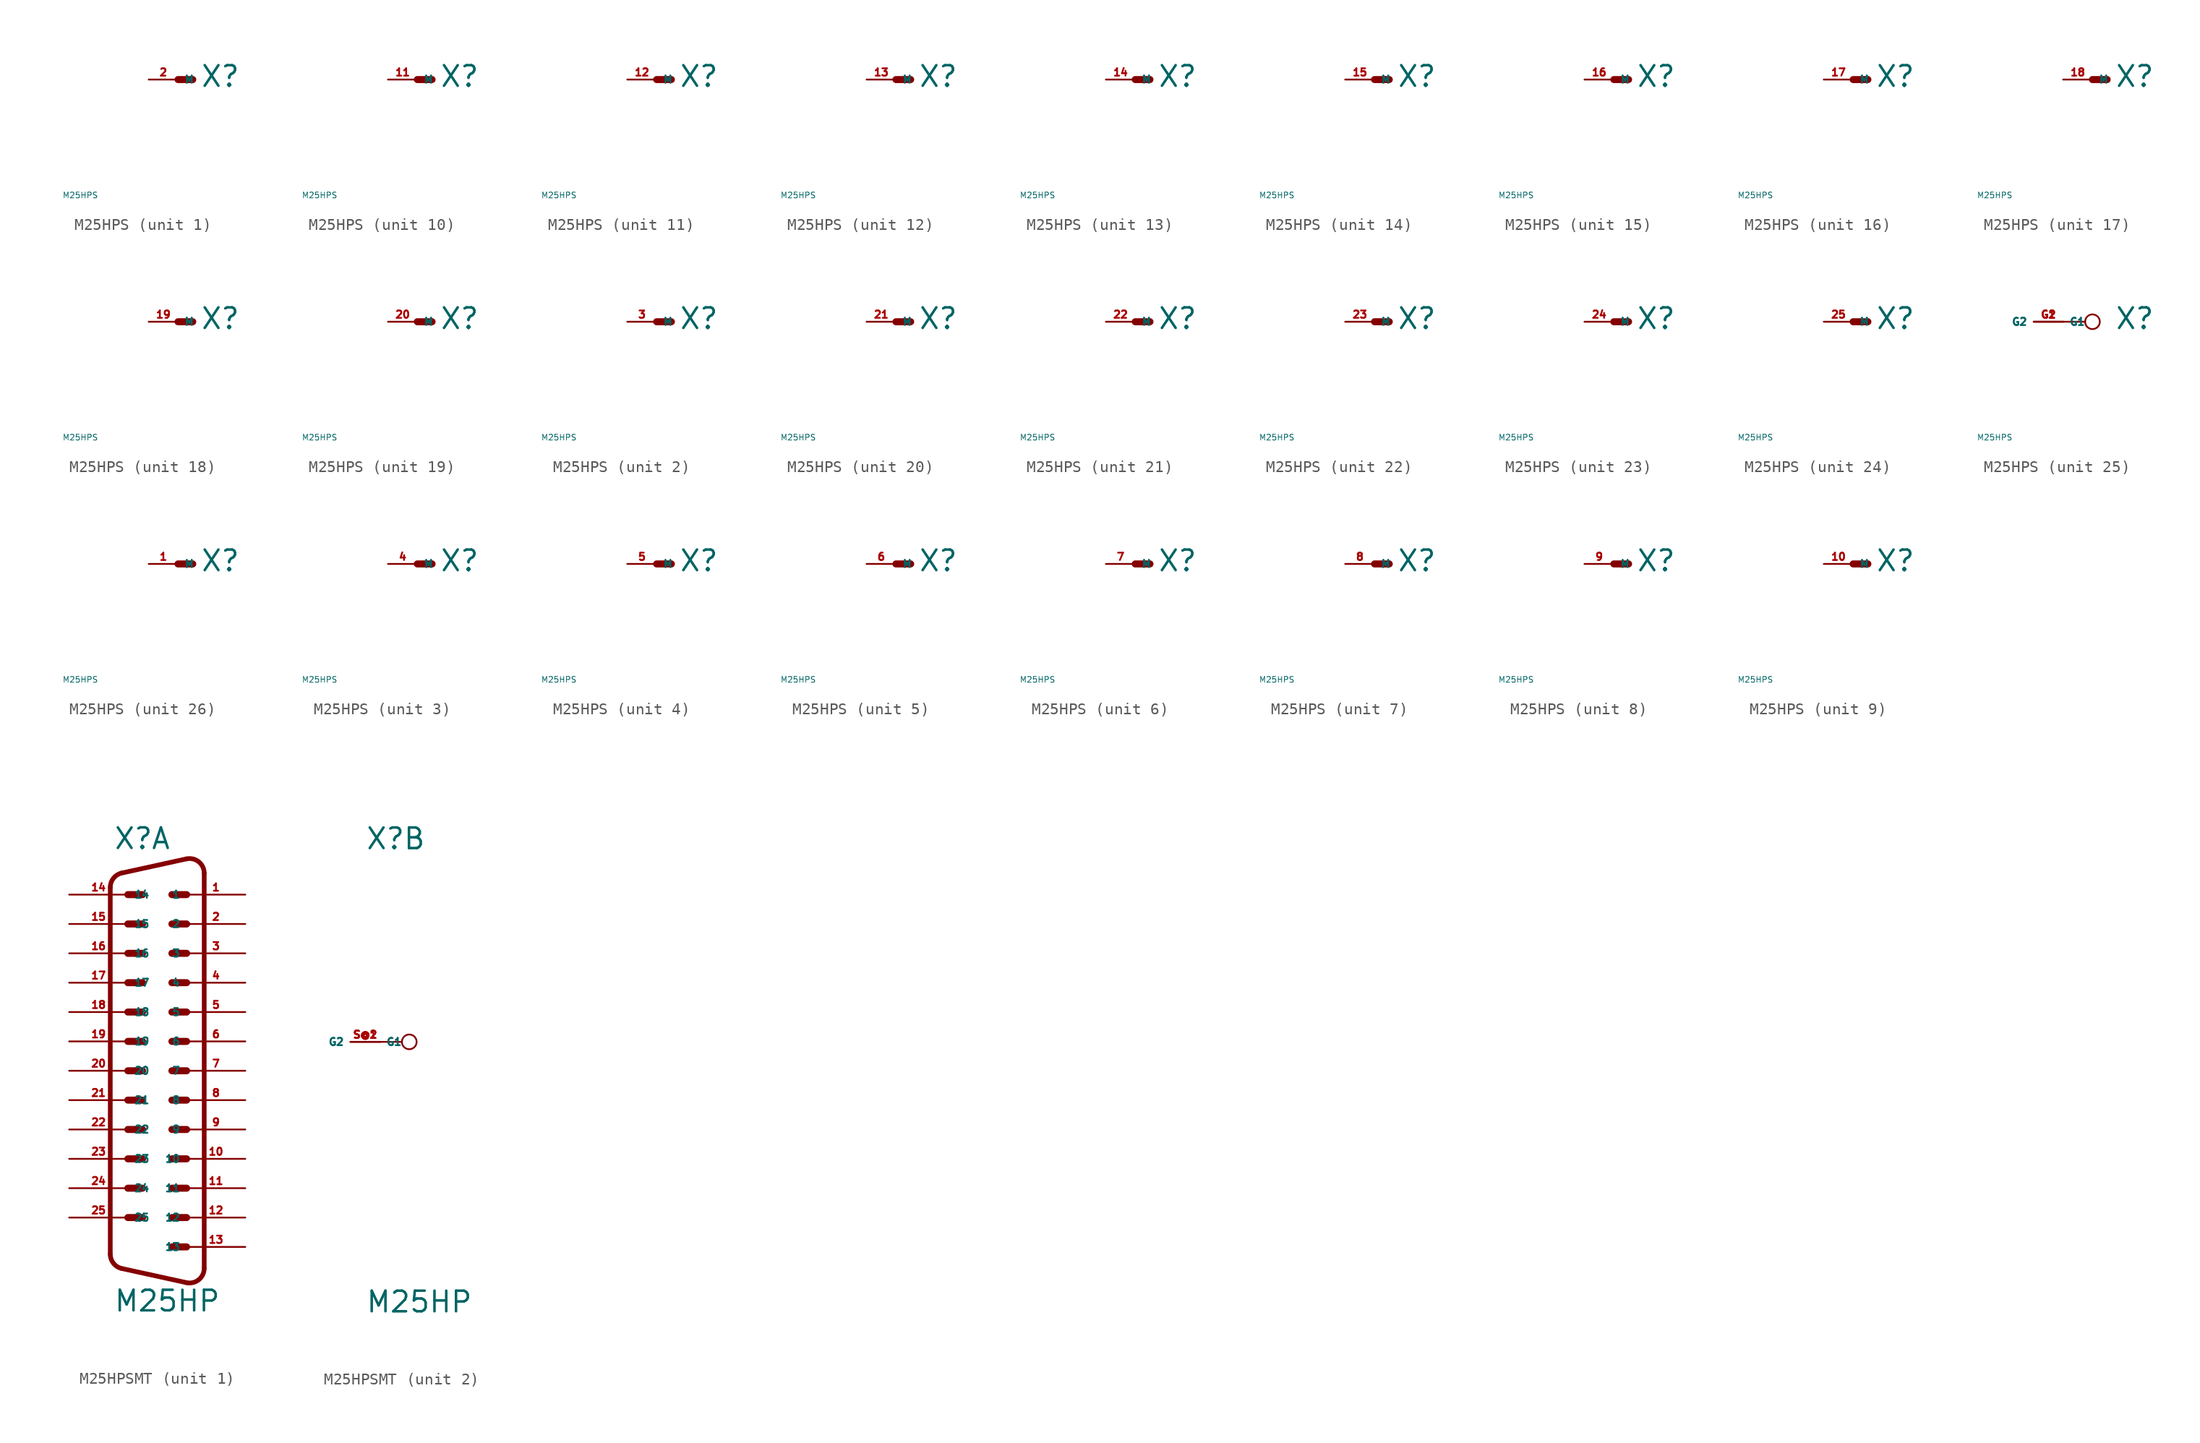
<source format=kicad_sym>
(kicad_symbol_lib
  (version 20220914)
  (generator Eagle2Kicad)
  (symbol "M25HPS"
    (property "Reference" "X"
      (at 1.905 -0.762 0)
      (effects (font (size 1.778 1.778) (thickness 0.22)) (justify left bottom)))
    (property "Value" "M25HPS"
      (at -10 -10 0)
      (effects (font (size 0.5 0.5) (thickness 0.06)) (justify left)))
    (symbol "M25HPS_1_0"
      (polyline (pts (xy 0 0) (xy 1.27 0)) (stroke (width 0.61) (type default)) (fill (type none)))
      (pin passive line (at -2.54 0 0) (length 2.54) (name "M" (effects (font (size 0.635 0.635) (thickness 0.08)) (justify left bottom))) (number "2" (effects (font (size 0.635 0.635) (thickness 0.08)) (justify left bottom)))))
    (symbol "M25HPS_2_0"
      (polyline (pts (xy 0 0) (xy 1.27 0)) (stroke (width 0.61) (type default)) (fill (type none)))
      (pin passive line (at -2.54 0 0) (length 2.54) (name "M" (effects (font (size 0.635 0.635) (thickness 0.08)) (justify left bottom))) (number "3" (effects (font (size 0.635 0.635) (thickness 0.08)) (justify left bottom)))))
    (symbol "M25HPS_3_0"
      (polyline (pts (xy 0 0) (xy 1.27 0)) (stroke (width 0.61) (type default)) (fill (type none)))
      (pin passive line (at -2.54 0 0) (length 2.54) (name "M" (effects (font (size 0.635 0.635) (thickness 0.08)) (justify left bottom))) (number "4" (effects (font (size 0.635 0.635) (thickness 0.08)) (justify left bottom)))))
    (symbol "M25HPS_4_0"
      (polyline (pts (xy 0 0) (xy 1.27 0)) (stroke (width 0.61) (type default)) (fill (type none)))
      (pin passive line (at -2.54 0 0) (length 2.54) (name "M" (effects (font (size 0.635 0.635) (thickness 0.08)) (justify left bottom))) (number "5" (effects (font (size 0.635 0.635) (thickness 0.08)) (justify left bottom)))))
    (symbol "M25HPS_5_0"
      (polyline (pts (xy 0 0) (xy 1.27 0)) (stroke (width 0.61) (type default)) (fill (type none)))
      (pin passive line (at -2.54 0 0) (length 2.54) (name "M" (effects (font (size 0.635 0.635) (thickness 0.08)) (justify left bottom))) (number "6" (effects (font (size 0.635 0.635) (thickness 0.08)) (justify left bottom)))))
    (symbol "M25HPS_6_0"
      (polyline (pts (xy 0 0) (xy 1.27 0)) (stroke (width 0.61) (type default)) (fill (type none)))
      (pin passive line (at -2.54 0 0) (length 2.54) (name "M" (effects (font (size 0.635 0.635) (thickness 0.08)) (justify left bottom))) (number "7" (effects (font (size 0.635 0.635) (thickness 0.08)) (justify left bottom)))))
    (symbol "M25HPS_7_0"
      (polyline (pts (xy 0 0) (xy 1.27 0)) (stroke (width 0.61) (type default)) (fill (type none)))
      (pin passive line (at -2.54 0 0) (length 2.54) (name "M" (effects (font (size 0.635 0.635) (thickness 0.08)) (justify left bottom))) (number "8" (effects (font (size 0.635 0.635) (thickness 0.08)) (justify left bottom)))))
    (symbol "M25HPS_8_0"
      (polyline (pts (xy 0 0) (xy 1.27 0)) (stroke (width 0.61) (type default)) (fill (type none)))
      (pin passive line (at -2.54 0 0) (length 2.54) (name "M" (effects (font (size 0.635 0.635) (thickness 0.08)) (justify left bottom))) (number "9" (effects (font (size 0.635 0.635) (thickness 0.08)) (justify left bottom)))))
    (symbol "M25HPS_9_0"
      (polyline (pts (xy 0 0) (xy 1.27 0)) (stroke (width 0.61) (type default)) (fill (type none)))
      (pin passive line (at -2.54 0 0) (length 2.54) (name "M" (effects (font (size 0.635 0.635) (thickness 0.08)) (justify left bottom))) (number "10" (effects (font (size 0.635 0.635) (thickness 0.08)) (justify left bottom)))))
    (symbol "M25HPS_10_0"
      (polyline (pts (xy 0 0) (xy 1.27 0)) (stroke (width 0.61) (type default)) (fill (type none)))
      (pin passive line (at -2.54 0 0) (length 2.54) (name "M" (effects (font (size 0.635 0.635) (thickness 0.08)) (justify left bottom))) (number "11" (effects (font (size 0.635 0.635) (thickness 0.08)) (justify left bottom)))))
    (symbol "M25HPS_11_0"
      (polyline (pts (xy 0 0) (xy 1.27 0)) (stroke (width 0.61) (type default)) (fill (type none)))
      (pin passive line (at -2.54 0 0) (length 2.54) (name "M" (effects (font (size 0.635 0.635) (thickness 0.08)) (justify left bottom))) (number "12" (effects (font (size 0.635 0.635) (thickness 0.08)) (justify left bottom)))))
    (symbol "M25HPS_12_0"
      (polyline (pts (xy 0 0) (xy 1.27 0)) (stroke (width 0.61) (type default)) (fill (type none)))
      (pin passive line (at -2.54 0 0) (length 2.54) (name "M" (effects (font (size 0.635 0.635) (thickness 0.08)) (justify left bottom))) (number "13" (effects (font (size 0.635 0.635) (thickness 0.08)) (justify left bottom)))))
    (symbol "M25HPS_13_0"
      (polyline (pts (xy 0 0) (xy 1.27 0)) (stroke (width 0.61) (type default)) (fill (type none)))
      (pin passive line (at -2.54 0 0) (length 2.54) (name "M" (effects (font (size 0.635 0.635) (thickness 0.08)) (justify left bottom))) (number "14" (effects (font (size 0.635 0.635) (thickness 0.08)) (justify left bottom)))))
    (symbol "M25HPS_14_0"
      (polyline (pts (xy 0 0) (xy 1.27 0)) (stroke (width 0.61) (type default)) (fill (type none)))
      (pin passive line (at -2.54 0 0) (length 2.54) (name "M" (effects (font (size 0.635 0.635) (thickness 0.08)) (justify left bottom))) (number "15" (effects (font (size 0.635 0.635) (thickness 0.08)) (justify left bottom)))))
    (symbol "M25HPS_15_0"
      (polyline (pts (xy 0 0) (xy 1.27 0)) (stroke (width 0.61) (type default)) (fill (type none)))
      (pin passive line (at -2.54 0 0) (length 2.54) (name "M" (effects (font (size 0.635 0.635) (thickness 0.08)) (justify left bottom))) (number "16" (effects (font (size 0.635 0.635) (thickness 0.08)) (justify left bottom)))))
    (symbol "M25HPS_16_0"
      (polyline (pts (xy 0 0) (xy 1.27 0)) (stroke (width 0.61) (type default)) (fill (type none)))
      (pin passive line (at -2.54 0 0) (length 2.54) (name "M" (effects (font (size 0.635 0.635) (thickness 0.08)) (justify left bottom))) (number "17" (effects (font (size 0.635 0.635) (thickness 0.08)) (justify left bottom)))))
    (symbol "M25HPS_17_0"
      (polyline (pts (xy 0 0) (xy 1.27 0)) (stroke (width 0.61) (type default)) (fill (type none)))
      (pin passive line (at -2.54 0 0) (length 2.54) (name "M" (effects (font (size 0.635 0.635) (thickness 0.08)) (justify left bottom))) (number "18" (effects (font (size 0.635 0.635) (thickness 0.08)) (justify left bottom)))))
    (symbol "M25HPS_18_0"
      (polyline (pts (xy 0 0) (xy 1.27 0)) (stroke (width 0.61) (type default)) (fill (type none)))
      (pin passive line (at -2.54 0 0) (length 2.54) (name "M" (effects (font (size 0.635 0.635) (thickness 0.08)) (justify left bottom))) (number "19" (effects (font (size 0.635 0.635) (thickness 0.08)) (justify left bottom)))))
    (symbol "M25HPS_19_0"
      (polyline (pts (xy 0 0) (xy 1.27 0)) (stroke (width 0.61) (type default)) (fill (type none)))
      (pin passive line (at -2.54 0 0) (length 2.54) (name "M" (effects (font (size 0.635 0.635) (thickness 0.08)) (justify left bottom))) (number "20" (effects (font (size 0.635 0.635) (thickness 0.08)) (justify left bottom)))))
    (symbol "M25HPS_20_0"
      (polyline (pts (xy 0 0) (xy 1.27 0)) (stroke (width 0.61) (type default)) (fill (type none)))
      (pin passive line (at -2.54 0 0) (length 2.54) (name "M" (effects (font (size 0.635 0.635) (thickness 0.08)) (justify left bottom))) (number "21" (effects (font (size 0.635 0.635) (thickness 0.08)) (justify left bottom)))))
    (symbol "M25HPS_21_0"
      (polyline (pts (xy 0 0) (xy 1.27 0)) (stroke (width 0.61) (type default)) (fill (type none)))
      (pin passive line (at -2.54 0 0) (length 2.54) (name "M" (effects (font (size 0.635 0.635) (thickness 0.08)) (justify left bottom))) (number "22" (effects (font (size 0.635 0.635) (thickness 0.08)) (justify left bottom)))))
    (symbol "M25HPS_22_0"
      (polyline (pts (xy 0 0) (xy 1.27 0)) (stroke (width 0.61) (type default)) (fill (type none)))
      (pin passive line (at -2.54 0 0) (length 2.54) (name "M" (effects (font (size 0.635 0.635) (thickness 0.08)) (justify left bottom))) (number "23" (effects (font (size 0.635 0.635) (thickness 0.08)) (justify left bottom)))))
    (symbol "M25HPS_23_0"
      (polyline (pts (xy 0 0) (xy 1.27 0)) (stroke (width 0.61) (type default)) (fill (type none)))
      (pin passive line (at -2.54 0 0) (length 2.54) (name "M" (effects (font (size 0.635 0.635) (thickness 0.08)) (justify left bottom))) (number "24" (effects (font (size 0.635 0.635) (thickness 0.08)) (justify left bottom)))))
    (symbol "M25HPS_24_0"
      (polyline (pts (xy 0 0) (xy 1.27 0)) (stroke (width 0.61) (type default)) (fill (type none)))
      (pin passive line (at -2.54 0 0) (length 2.54) (name "M" (effects (font (size 0.635 0.635) (thickness 0.08)) (justify left bottom))) (number "25" (effects (font (size 0.635 0.635) (thickness 0.08)) (justify left bottom)))))
    (symbol "M25HPS_25_0"
      (polyline (pts (xy -2.54 0) (xy -0.635 0)) (stroke (width 0.152) (type default)) (fill (type none)))
      (circle (center 0 0) (radius 0.635) (stroke (width 0.152) (type default)) (fill (type none)))
      (pin passive line (at -5.08 0 0) (length 2.54) (name "G1" (effects (font (size 0.635 0.635) (thickness 0.08)) (justify left bottom))) (number "G1" (effects (font (size 0.635 0.635) (thickness 0.08)) (justify left bottom))))
      (pin passive line (at -2.54 0 180) (length 2.54) (name "G2" (effects (font (size 0.635 0.635) (thickness 0.08)) (justify left bottom))) (number "G2" (effects (font (size 0.635 0.635) (thickness 0.08)) (justify left bottom)))))
    (symbol "M25HPS_26_0"
      (polyline (pts (xy 0 0) (xy 1.27 0)) (stroke (width 0.61) (type default)) (fill (type none)))
      (pin passive line (at -2.54 0 0) (length 2.54) (name "M" (effects (font (size 0.635 0.635) (thickness 0.08)) (justify left bottom))) (number "1" (effects (font (size 0.635 0.635) (thickness 0.08)) (justify left bottom))))))
  (symbol "M25HPSMT"
    (property "Reference" "X"
      (at -3.81 16.51 0)
      (effects (font (size 1.778 1.778) (thickness 0.22)) (justify left bottom)))
    (property "Value" "M25HP"
      (at -3.81 -23.495 0)
      (effects (font (size 1.778 1.778) (thickness 0.22)) (justify left bottom)))
    (symbol "M25HPSMT_1_0"
      (polyline (pts (xy 1.27 12.7) (xy 2.54 12.7)) (stroke (width 0.61) (type default)) (fill (type none)))
      (polyline (pts (xy -2.54 12.7) (xy -1.27 12.7)) (stroke (width 0.61) (type default)) (fill (type none)))
      (polyline (pts (xy 1.27 7.62) (xy 2.54 7.62)) (stroke (width 0.61) (type default)) (fill (type none)))
      (polyline (pts (xy -2.54 10.16) (xy -1.27 10.16)) (stroke (width 0.61) (type default)) (fill (type none)))
      (polyline (pts (xy 1.27 2.54) (xy 2.54 2.54)) (stroke (width 0.61) (type default)) (fill (type none)))
      (polyline (pts (xy -2.54 7.62) (xy -1.27 7.62)) (stroke (width 0.61) (type default)) (fill (type none)))
      (polyline (pts (xy 1.27 -2.54) (xy 2.54 -2.54)) (stroke (width 0.61) (type default)) (fill (type none)))
      (polyline (pts (xy -2.54 5.08) (xy -1.27 5.08)) (stroke (width 0.61) (type default)) (fill (type none)))
      (polyline (pts (xy 1.27 -7.62) (xy 2.54 -7.62)) (stroke (width 0.61) (type default)) (fill (type none)))
      (polyline (pts (xy -2.54 2.54) (xy -1.27 2.54)) (stroke (width 0.61) (type default)) (fill (type none)))
      (polyline (pts (xy 1.27 -12.7) (xy 2.54 -12.7)) (stroke (width 0.61) (type default)) (fill (type none)))
      (polyline (pts (xy -2.54 0) (xy -1.27 0)) (stroke (width 0.61) (type default)) (fill (type none)))
      (polyline (pts (xy 1.27 -17.78) (xy 2.54 -17.78)) (stroke (width 0.61) (type default)) (fill (type none)))
      (polyline (pts (xy -2.54 -2.54) (xy -1.27 -2.54)) (stroke (width 0.61) (type default)) (fill (type none)))
      (polyline (pts (xy 1.27 10.16) (xy 2.54 10.16)) (stroke (width 0.61) (type default)) (fill (type none)))
      (polyline (pts (xy -2.54 -5.08) (xy -1.27 -5.08)) (stroke (width 0.61) (type default)) (fill (type none)))
      (polyline (pts (xy 1.27 5.08) (xy 2.54 5.08)) (stroke (width 0.61) (type default)) (fill (type none)))
      (polyline (pts (xy -2.54 -7.62) (xy -1.27 -7.62)) (stroke (width 0.61) (type default)) (fill (type none)))
      (polyline (pts (xy 1.27 0) (xy 2.54 0)) (stroke (width 0.61) (type default)) (fill (type none)))
      (polyline (pts (xy -2.54 -10.16) (xy -1.27 -10.16)) (stroke (width 0.61) (type default)) (fill (type none)))
      (polyline (pts (xy 1.27 -5.08) (xy 2.54 -5.08)) (stroke (width 0.61) (type default)) (fill (type none)))
      (polyline (pts (xy -2.54 -12.7) (xy -1.27 -12.7)) (stroke (width 0.61) (type default)) (fill (type none)))
      (polyline (pts (xy 1.27 -10.16) (xy 2.54 -10.16)) (stroke (width 0.61) (type default)) (fill (type none)))
      (polyline (pts (xy -2.54 -15.24) (xy -1.27 -15.24)) (stroke (width 0.61) (type default)) (fill (type none)))
      (polyline (pts (xy 1.27 -15.24) (xy 2.54 -15.24)) (stroke (width 0.61) (type default)) (fill (type none)))
      (arc (start 2.5226 -20.8718) (mid 3.590 -20.620) (end 4.0637 -19.6312) (stroke (width 0.4064) (type default)) (fill (type none)))
      (polyline (pts (xy 2.523 -20.872) (xy -3.065 -19.649)) (stroke (width 0.406) (type default)) (fill (type none)))
      (arc (start -4.064 -18.4088) (mid -3.783 -19.205) (end -3.0654 -19.6494) (stroke (width 0.4064) (type default)) (fill (type none)))
      (polyline (pts (xy -4.064 13.329) (xy -4.064 -18.409)) (stroke (width 0.406) (type default)) (fill (type none)))
      (arc (start -3.0654 14.5694) (mid -3.783 14.125) (end -4.064 13.3288) (stroke (width 0.4064) (type default)) (fill (type none)))
      (polyline (pts (xy 4.064 14.551) (xy 4.064 -19.631)) (stroke (width 0.406) (type default)) (fill (type none)))
      (polyline (pts (xy 2.523 15.792) (xy -3.065 14.569)) (stroke (width 0.406) (type default)) (fill (type none)))
      (arc (start 4.064 14.5512) (mid 3.590 15.541) (end 2.5226 15.7919) (stroke (width 0.4064) (type default)) (fill (type none)))
      (pin passive line (at 7.62 12.7 180) (length 5.08) (name "1" (effects (font (size 0.635 0.635) (thickness 0.08)) (justify left bottom))) (number "1" (effects (font (size 0.635 0.635) (thickness 0.08)) (justify left bottom))))
      (pin passive line (at -7.62 12.7 0) (length 5.08) (name "14" (effects (font (size 0.635 0.635) (thickness 0.08)) (justify left bottom))) (number "14" (effects (font (size 0.635 0.635) (thickness 0.08)) (justify left bottom))))
      (pin passive line (at 7.62 10.16 180) (length 5.08) (name "2" (effects (font (size 0.635 0.635) (thickness 0.08)) (justify left bottom))) (number "2" (effects (font (size 0.635 0.635) (thickness 0.08)) (justify left bottom))))
      (pin passive line (at -7.62 10.16 0) (length 5.08) (name "15" (effects (font (size 0.635 0.635) (thickness 0.08)) (justify left bottom))) (number "15" (effects (font (size 0.635 0.635) (thickness 0.08)) (justify left bottom))))
      (pin passive line (at 7.62 7.62 180) (length 5.08) (name "3" (effects (font (size 0.635 0.635) (thickness 0.08)) (justify left bottom))) (number "3" (effects (font (size 0.635 0.635) (thickness 0.08)) (justify left bottom))))
      (pin passive line (at -7.62 7.62 0) (length 5.08) (name "16" (effects (font (size 0.635 0.635) (thickness 0.08)) (justify left bottom))) (number "16" (effects (font (size 0.635 0.635) (thickness 0.08)) (justify left bottom))))
      (pin passive line (at 7.62 5.08 180) (length 5.08) (name "4" (effects (font (size 0.635 0.635) (thickness 0.08)) (justify left bottom))) (number "4" (effects (font (size 0.635 0.635) (thickness 0.08)) (justify left bottom))))
      (pin passive line (at -7.62 5.08 0) (length 5.08) (name "17" (effects (font (size 0.635 0.635) (thickness 0.08)) (justify left bottom))) (number "17" (effects (font (size 0.635 0.635) (thickness 0.08)) (justify left bottom))))
      (pin passive line (at 7.62 2.54 180) (length 5.08) (name "5" (effects (font (size 0.635 0.635) (thickness 0.08)) (justify left bottom))) (number "5" (effects (font (size 0.635 0.635) (thickness 0.08)) (justify left bottom))))
      (pin passive line (at -7.62 2.54 0) (length 5.08) (name "18" (effects (font (size 0.635 0.635) (thickness 0.08)) (justify left bottom))) (number "18" (effects (font (size 0.635 0.635) (thickness 0.08)) (justify left bottom))))
      (pin passive line (at 7.62 0 180) (length 5.08) (name "6" (effects (font (size 0.635 0.635) (thickness 0.08)) (justify left bottom))) (number "6" (effects (font (size 0.635 0.635) (thickness 0.08)) (justify left bottom))))
      (pin passive line (at -7.62 0 0) (length 5.08) (name "19" (effects (font (size 0.635 0.635) (thickness 0.08)) (justify left bottom))) (number "19" (effects (font (size 0.635 0.635) (thickness 0.08)) (justify left bottom))))
      (pin passive line (at 7.62 -2.54 180) (length 5.08) (name "7" (effects (font (size 0.635 0.635) (thickness 0.08)) (justify left bottom))) (number "7" (effects (font (size 0.635 0.635) (thickness 0.08)) (justify left bottom))))
      (pin passive line (at -7.62 -2.54 0) (length 5.08) (name "20" (effects (font (size 0.635 0.635) (thickness 0.08)) (justify left bottom))) (number "20" (effects (font (size 0.635 0.635) (thickness 0.08)) (justify left bottom))))
      (pin passive line (at 7.62 -5.08 180) (length 5.08) (name "8" (effects (font (size 0.635 0.635) (thickness 0.08)) (justify left bottom))) (number "8" (effects (font (size 0.635 0.635) (thickness 0.08)) (justify left bottom))))
      (pin passive line (at -7.62 -5.08 0) (length 5.08) (name "21" (effects (font (size 0.635 0.635) (thickness 0.08)) (justify left bottom))) (number "21" (effects (font (size 0.635 0.635) (thickness 0.08)) (justify left bottom))))
      (pin passive line (at 7.62 -7.62 180) (length 5.08) (name "9" (effects (font (size 0.635 0.635) (thickness 0.08)) (justify left bottom))) (number "9" (effects (font (size 0.635 0.635) (thickness 0.08)) (justify left bottom))))
      (pin passive line (at -7.62 -7.62 0) (length 5.08) (name "22" (effects (font (size 0.635 0.635) (thickness 0.08)) (justify left bottom))) (number "22" (effects (font (size 0.635 0.635) (thickness 0.08)) (justify left bottom))))
      (pin passive line (at 7.62 -10.16 180) (length 5.08) (name "10" (effects (font (size 0.635 0.635) (thickness 0.08)) (justify left bottom))) (number "10" (effects (font (size 0.635 0.635) (thickness 0.08)) (justify left bottom))))
      (pin passive line (at -7.62 -10.16 0) (length 5.08) (name "23" (effects (font (size 0.635 0.635) (thickness 0.08)) (justify left bottom))) (number "23" (effects (font (size 0.635 0.635) (thickness 0.08)) (justify left bottom))))
      (pin passive line (at 7.62 -12.7 180) (length 5.08) (name "11" (effects (font (size 0.635 0.635) (thickness 0.08)) (justify left bottom))) (number "11" (effects (font (size 0.635 0.635) (thickness 0.08)) (justify left bottom))))
      (pin passive line (at -7.62 -12.7 0) (length 5.08) (name "24" (effects (font (size 0.635 0.635) (thickness 0.08)) (justify left bottom))) (number "24" (effects (font (size 0.635 0.635) (thickness 0.08)) (justify left bottom))))
      (pin passive line (at 7.62 -15.24 180) (length 5.08) (name "12" (effects (font (size 0.635 0.635) (thickness 0.08)) (justify left bottom))) (number "12" (effects (font (size 0.635 0.635) (thickness 0.08)) (justify left bottom))))
      (pin passive line (at -7.62 -15.24 0) (length 5.08) (name "25" (effects (font (size 0.635 0.635) (thickness 0.08)) (justify left bottom))) (number "25" (effects (font (size 0.635 0.635) (thickness 0.08)) (justify left bottom))))
      (pin passive line (at 7.62 -17.78 180) (length 5.08) (name "13" (effects (font (size 0.635 0.635) (thickness 0.08)) (justify left bottom))) (number "13" (effects (font (size 0.635 0.635) (thickness 0.08)) (justify left bottom)))))
    (symbol "M25HPSMT_2_0"
      (polyline (pts (xy -2.54 0) (xy -0.635 0)) (stroke (width 0.152) (type default)) (fill (type none)))
      (circle (center 0 0) (radius 0.635) (stroke (width 0.152) (type default)) (fill (type none)))
      (pin passive line (at -5.08 0 0) (length 2.54) (name "G1" (effects (font (size 0.635 0.635) (thickness 0.08)) (justify left bottom))) (number "S@1" (effects (font (size 0.635 0.635) (thickness 0.08)) (justify left bottom))))
      (pin passive line (at -2.54 0 180) (length 2.54) (name "G2" (effects (font (size 0.635 0.635) (thickness 0.08)) (justify left bottom))) (number "S@2" (effects (font (size 0.635 0.635) (thickness 0.08)) (justify left bottom)))))))
</source>
